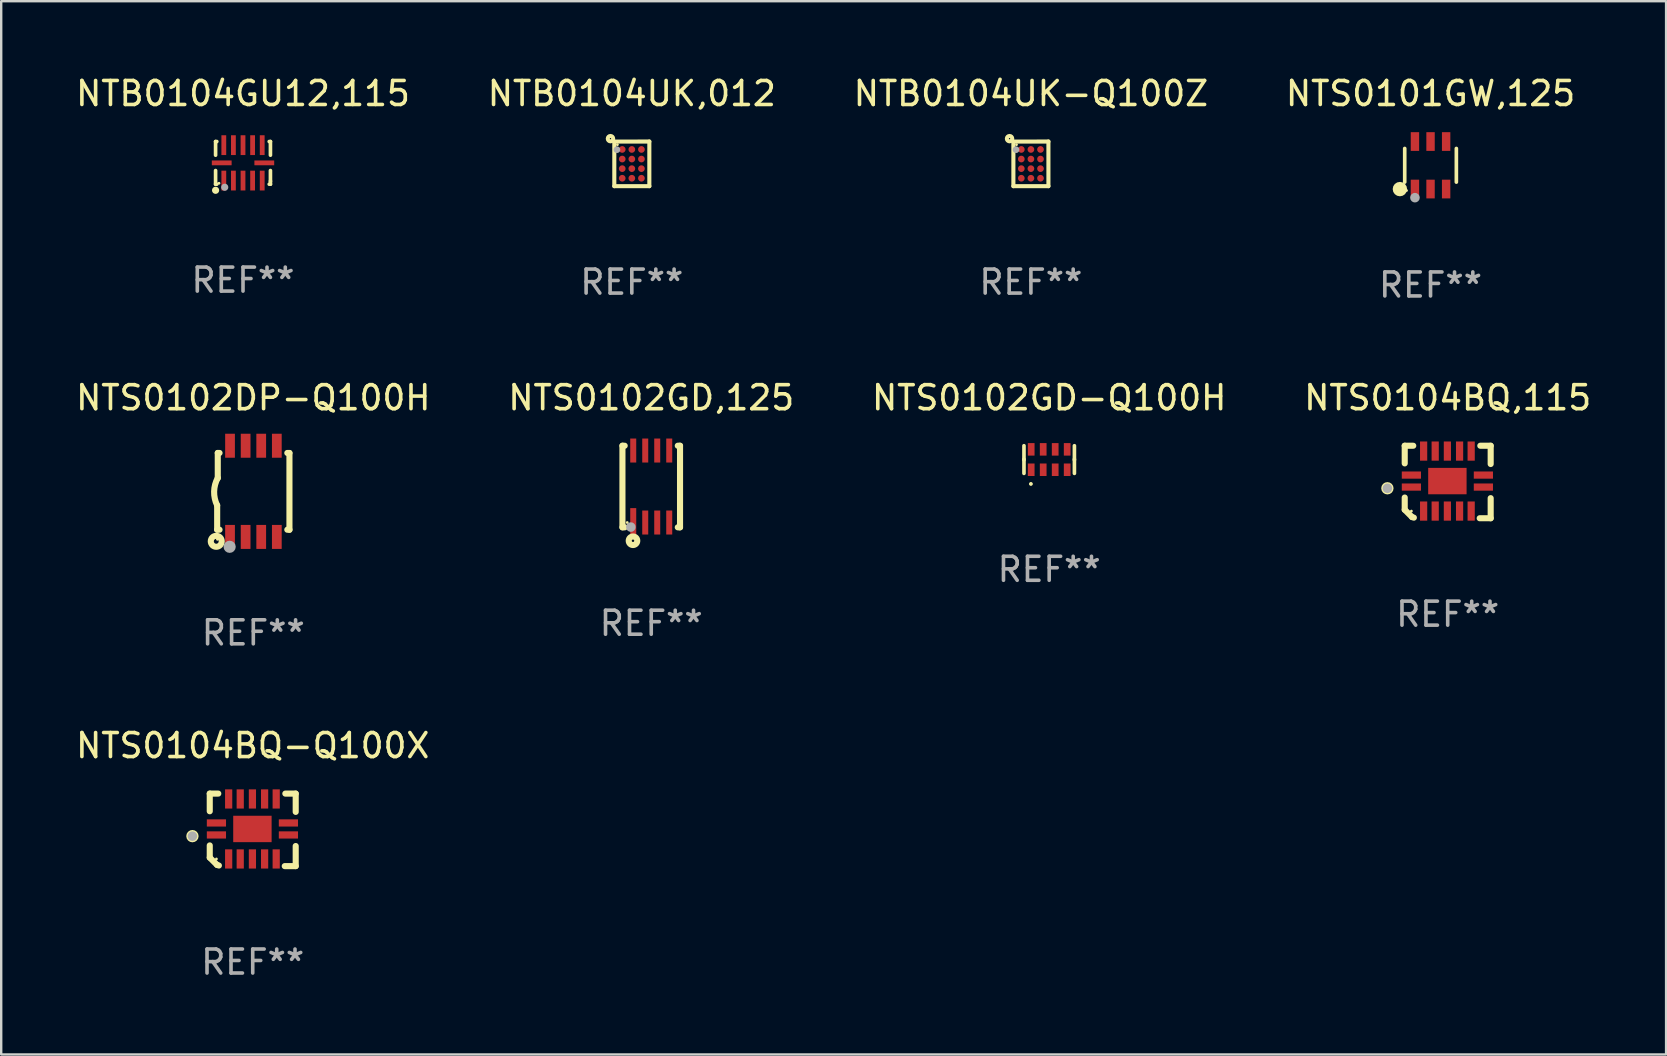
<source format=kicad_pcb>
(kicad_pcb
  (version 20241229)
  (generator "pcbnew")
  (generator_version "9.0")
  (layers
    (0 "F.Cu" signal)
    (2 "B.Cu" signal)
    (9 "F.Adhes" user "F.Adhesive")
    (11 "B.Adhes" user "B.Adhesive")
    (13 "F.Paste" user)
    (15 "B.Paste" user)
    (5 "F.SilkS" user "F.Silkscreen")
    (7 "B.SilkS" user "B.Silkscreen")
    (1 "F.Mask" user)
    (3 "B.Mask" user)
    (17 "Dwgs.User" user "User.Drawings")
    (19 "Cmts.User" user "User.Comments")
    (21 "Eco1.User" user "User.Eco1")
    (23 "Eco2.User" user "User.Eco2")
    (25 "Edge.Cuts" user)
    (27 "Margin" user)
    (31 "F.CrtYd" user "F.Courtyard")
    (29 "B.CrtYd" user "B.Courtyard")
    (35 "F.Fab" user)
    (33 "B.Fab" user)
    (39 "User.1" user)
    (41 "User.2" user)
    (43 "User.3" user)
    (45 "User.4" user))
  (footprint "NTS0101GW,125"
    (layer "F.Cu")
    (at 56.565 3.838)
    (property "Reference" "NTS0101GW,125" (at 0 -2.99 0) (layer "F.SilkS") (effects (font (size 1 1) (thickness 0.15))))
    (attr through_hole)
    (fp_line (start -1.076 0.701) (end -1.076 -0.701) (stroke (width 0.152) (type solid)) (layer "F.SilkS"))
    (fp_line (start 1.076 0.701) (end 1.076 -0.701) (stroke (width 0.152) (type solid)) (layer "F.SilkS"))
    (fp_circle (center -1.277 0.992) (end -1.127 0.992) (stroke (width 0.3) (type solid)) (fill no) (layer "F.SilkS"))
    (fp_circle (center -1 1.05) (end -0.97 1.05) (stroke (width 0.06) (type solid)) (fill no) (layer "F.SilkS"))
    (fp_circle (center -0.65 1.35) (end -0.55 1.35) (stroke (width 0.2) (type solid)) (fill no) (layer "F.Fab"))
    (fp_text user "REF**" (at 0 4.99 0) (layer "F.Fab") (effects (font (size 1 1) (thickness 0.15))))
    (pad "1" smd rect (at -0.65 0.99) (size 0.35 0.78) (layers "F.Cu" "F.Mask" "F.Paste"))
    (pad "2" smd rect (at 0 0.99) (size 0.35 0.78) (layers "F.Cu" "F.Mask" "F.Paste"))
    (pad "3" smd rect (at 0.65 0.99) (size 0.35 0.78) (layers "F.Cu" "F.Mask" "F.Paste"))
    (pad "4" smd rect (at 0.65 -0.99) (size 0.35 0.78) (layers "F.Cu" "F.Mask" "F.Paste"))
    (pad "5" smd rect (at 0 -0.99) (size 0.35 0.78) (layers "F.Cu" "F.Mask" "F.Paste"))
    (pad "6" smd rect (at -0.65 -0.99) (size 0.35 0.78) (layers "F.Cu" "F.Mask" "F.Paste")))
  (footprint "NTS0104BQ,115"
    (layer "F.Cu")
    (at 57.28 17.036)
    (property "Reference" "NTS0104BQ,115" (at 0 -3.511 0) (layer "F.SilkS") (effects (font (size 1 1) (thickness 0.15))))
    (attr through_hole)
    (fp_line (start -1.791 -1.511) (end -1.435 -1.511) (stroke (width 0.254) (type solid)) (layer "F.SilkS"))
    (fp_line (start -1.791 -0.775) (end -1.791 -1.511) (stroke (width 0.254) (type solid)) (layer "F.SilkS"))
    (fp_line (start -1.791 1.156) (end -1.791 0.648) (stroke (width 0.254) (type solid)) (layer "F.SilkS"))
    (fp_line (start -1.486 1.461) (end -1.791 1.156) (stroke (width 0.254) (type solid)) (layer "F.SilkS"))
    (fp_line (start -1.41 1.486) (end -1.486 1.461) (stroke (width 0.254) (type solid)) (layer "F.SilkS"))
    (fp_line (start 1.334 1.511) (end 1.791 1.511) (stroke (width 0.254) (type solid)) (layer "F.SilkS"))
    (fp_line (start 1.791 -1.511) (end 1.359 -1.511) (stroke (width 0.254) (type solid)) (layer "F.SilkS"))
    (fp_line (start 1.791 -0.749) (end 1.791 -1.511) (stroke (width 0.254) (type solid)) (layer "F.SilkS"))
    (fp_line (start 1.791 1.511) (end 1.791 0.673) (stroke (width 0.254) (type solid)) (layer "F.SilkS"))
    (fp_circle (center -2.513 0.262) (end -2.383 0.262) (stroke (width 0.254) (type solid)) (fill no) (layer "F.SilkS"))
    (fp_circle (center -1.513 1.212) (end -1.483 1.212) (stroke (width 0.06) (type solid)) (fill no) (layer "F.SilkS"))
    (fp_circle (center -2.513 0.262) (end -2.413 0.262) (stroke (width 0.2) (type solid)) (fill no) (layer "F.Fab"))
    (fp_text user "REF**" (at 0 5.511 0) (layer "F.Fab") (effects (font (size 1 1) (thickness 0.15))))
    (pad "1" smd rect (at -1.513 0.212) (size 0.8 0.3) (layers "F.Cu" "F.Mask" "F.Paste"))
    (pad "2" smd rect (at -1.003 1.212) (size 0.3 0.8) (layers "F.Cu" "F.Mask" "F.Paste"))
    (pad "3" smd rect (at -0.521 1.212) (size 0.3 0.8) (layers "F.Cu" "F.Mask" "F.Paste"))
    (pad "4" smd rect (at -0.013 1.212) (size 0.3 0.8) (layers "F.Cu" "F.Mask" "F.Paste"))
    (pad "5" smd rect (at 0.495 1.212) (size 0.3 0.8) (layers "F.Cu" "F.Mask" "F.Paste"))
    (pad "6" smd rect (at 0.978 1.212) (size 0.3 0.8) (layers "F.Cu" "F.Mask" "F.Paste"))
    (pad "7" smd rect (at 1.487 0.212) (size 0.8 0.3) (layers "F.Cu" "F.Mask" "F.Paste"))
    (pad "8" smd rect (at 1.487 -0.288) (size 0.8 0.3) (layers "F.Cu" "F.Mask" "F.Paste"))
    (pad "9" smd rect (at 0.978 -1.288) (size 0.3 0.8) (layers "F.Cu" "F.Mask" "F.Paste"))
    (pad "10" smd rect (at 0.495 -1.288) (size 0.3 0.8) (layers "F.Cu" "F.Mask" "F.Paste"))
    (pad "11" smd rect (at -0.013 -1.288) (size 0.3 0.8) (layers "F.Cu" "F.Mask" "F.Paste"))
    (pad "12" smd rect (at -0.521 -1.288) (size 0.3 0.8) (layers "F.Cu" "F.Mask" "F.Paste"))
    (pad "13" smd rect (at -1.003 -1.288) (size 0.3 0.8) (layers "F.Cu" "F.Mask" "F.Paste"))
    (pad "14" smd rect (at -1.513 -0.288) (size 0.8 0.3) (layers "F.Cu" "F.Mask" "F.Paste"))
    (pad "15" smd rect (at -0.013 -0.038 90) (size 1.1 1.6) (layers "F.Cu" "F.Mask" "F.Paste")))
  (footprint "NTB0104UK-Q100Z"
    (layer "F.Cu")
    (at 39.911 3.778)
    (property "Reference" "NTB0104UK-Q100Z" (at 0 -2.93 0) (layer "F.SilkS") (effects (font (size 1 1) (thickness 0.15))))
    (attr through_hole)
    (fp_line (start -0.73 -0.929) (end 0.73 -0.93) (stroke (width 0.17) (type solid)) (layer "F.SilkS"))
    (fp_line (start -0.73 0.93) (end -0.73 -0.929) (stroke (width 0.17) (type solid)) (layer "F.SilkS"))
    (fp_line (start 0.73 -0.93) (end 0.73 0.93) (stroke (width 0.17) (type solid)) (layer "F.SilkS"))
    (fp_line (start 0.73 0.93) (end -0.73 0.93) (stroke (width 0.17) (type solid)) (layer "F.SilkS"))
    (fp_circle (center -0.89 -1.05) (end -0.778 -1.05) (stroke (width 0.17) (type solid)) (fill no) (layer "F.SilkS"))
    (fp_circle (center -0.6 -0.8) (end -0.57 -0.8) (stroke (width 0.06) (type solid)) (fill no) (layer "F.SilkS"))
    (fp_circle (center -0.62 -0.59) (end -0.55 -0.59) (stroke (width 0.14) (type solid)) (fill no) (layer "F.Fab"))
    (fp_text user "REF**" (at 0 4.93 0) (layer "F.Fab") (effects (font (size 1 1) (thickness 0.15))))
    (pad "A1" smd circle (at -0.4 -0.6) (size 0.28 0.28) (layers "F.Cu" "F.Mask" "F.Paste"))
    (pad "A2" smd circle (at 0.000102 -0.6) (size 0.28 0.28) (layers "F.Cu" "F.Mask" "F.Paste"))
    (pad "A3" smd circle (at 0.4 -0.6) (size 0.28 0.28) (layers "F.Cu" "F.Mask" "F.Paste"))
    (pad "B1" smd circle (at -0.4 -0.2) (size 0.28 0.28) (layers "F.Cu" "F.Mask" "F.Paste"))
    (pad "B2" smd circle (at 0.000102 -0.2) (size 0.28 0.28) (layers "F.Cu" "F.Mask" "F.Paste"))
    (pad "B3" smd circle (at 0.4 -0.2) (size 0.28 0.28) (layers "F.Cu" "F.Mask" "F.Paste"))
    (pad "C1" smd circle (at -0.4 0.2) (size 0.28 0.28) (layers "F.Cu" "F.Mask" "F.Paste"))
    (pad "C2" smd circle (at 0.000102 0.2) (size 0.28 0.28) (layers "F.Cu" "F.Mask" "F.Paste"))
    (pad "C3" smd circle (at 0.4 0.2) (size 0.28 0.28) (layers "F.Cu" "F.Mask" "F.Paste"))
    (pad "D1" smd circle (at -0.4 0.6) (size 0.28 0.28) (layers "F.Cu" "F.Mask" "F.Paste"))
    (pad "D2" smd circle (at 0.000102 0.6) (size 0.28 0.28) (layers "F.Cu" "F.Mask" "F.Paste"))
    (pad "D3" smd circle (at 0.4 0.6) (size 0.28 0.28) (layers "F.Cu" "F.Mask" "F.Paste")))
  (footprint "NTS0102GD-Q100H"
    (layer "F.Cu")
    (at 40.673 16.101)
    (property "Reference" "NTS0102GD-Q100H" (at 0 -2.576 0) (layer "F.SilkS") (effects (font (size 1 1) (thickness 0.15))))
    (attr through_hole)
    (fp_line (start -1.051 -0.576) (end -1.051 0.013) (stroke (width 0.152) (type solid)) (layer "F.SilkS"))
    (fp_line (start -1.051 0.576) (end -1.051 -0.013) (stroke (width 0.152) (type solid)) (layer "F.SilkS"))
    (fp_line (start 1.051 -0.576) (end 1.051 0.013) (stroke (width 0.152) (type solid)) (layer "F.SilkS"))
    (fp_line (start 1.051 0.576) (end 1.051 -0.013) (stroke (width 0.152) (type solid)) (layer "F.SilkS"))
    (fp_circle (center -0.762 1.016) (end -0.736 1.016) (stroke (width 0.053) (type solid)) (fill no) (layer "F.SilkS"))
    (fp_circle (center -0.762 1.016) (end -0.732 1.016) (stroke (width 0.06) (type solid)) (fill no) (layer "F.SilkS"))
    (fp_text user "REF**" (at 0 4.576 0) (layer "F.Fab") (effects (font (size 1 1) (thickness 0.15))))
    (pad "1" smd rect (at -0.75 0.425) (size 0.28 0.521) (layers "F.Cu" "F.Mask" "F.Paste"))
    (pad "2" smd rect (at -0.25 0.425) (size 0.28 0.521) (layers "F.Cu" "F.Mask" "F.Paste"))
    (pad "3" smd rect (at 0.25 0.425) (size 0.28 0.521) (layers "F.Cu" "F.Mask" "F.Paste"))
    (pad "4" smd rect (at 0.75 0.425) (size 0.28 0.521) (layers "F.Cu" "F.Mask" "F.Paste"))
    (pad "5" smd rect (at 0.75 -0.425) (size 0.28 0.521) (layers "F.Cu" "F.Mask" "F.Paste"))
    (pad "6" smd rect (at 0.25 -0.425) (size 0.28 0.521) (layers "F.Cu" "F.Mask" "F.Paste"))
    (pad "7" smd rect (at -0.25 -0.425) (size 0.28 0.521) (layers "F.Cu" "F.Mask" "F.Paste"))
    (pad "8" smd rect (at -0.75 -0.425) (size 0.28 0.521) (layers "F.Cu" "F.Mask" "F.Paste")))
  (footprint "NTB0104UK,012"
    (layer "F.Cu")
    (at 23.28 3.778)
    (property "Reference" "NTB0104UK,012" (at 0 -2.93 0) (layer "F.SilkS") (effects (font (size 1 1) (thickness 0.15))))
    (attr through_hole)
    (fp_line (start -0.73 -0.929) (end 0.73 -0.93) (stroke (width 0.17) (type solid)) (layer "F.SilkS"))
    (fp_line (start -0.73 0.93) (end -0.73 -0.929) (stroke (width 0.17) (type solid)) (layer "F.SilkS"))
    (fp_line (start 0.73 -0.93) (end 0.73 0.93) (stroke (width 0.17) (type solid)) (layer "F.SilkS"))
    (fp_line (start 0.73 0.93) (end -0.73 0.93) (stroke (width 0.17) (type solid)) (layer "F.SilkS"))
    (fp_circle (center -0.89 -1.05) (end -0.778 -1.05) (stroke (width 0.17) (type solid)) (fill no) (layer "F.SilkS"))
    (fp_circle (center -0.6 -0.8) (end -0.57 -0.8) (stroke (width 0.06) (type solid)) (fill no) (layer "F.SilkS"))
    (fp_circle (center -0.62 -0.59) (end -0.55 -0.59) (stroke (width 0.14) (type solid)) (fill no) (layer "F.Fab"))
    (fp_text user "REF**" (at 0 4.93 0) (layer "F.Fab") (effects (font (size 1 1) (thickness 0.15))))
    (pad "A1" smd circle (at -0.4 -0.6) (size 0.28 0.28) (layers "F.Cu" "F.Mask" "F.Paste"))
    (pad "A2" smd circle (at 0.000102 -0.6) (size 0.28 0.28) (layers "F.Cu" "F.Mask" "F.Paste"))
    (pad "A3" smd circle (at 0.4 -0.6) (size 0.28 0.28) (layers "F.Cu" "F.Mask" "F.Paste"))
    (pad "B1" smd circle (at -0.4 -0.2) (size 0.28 0.28) (layers "F.Cu" "F.Mask" "F.Paste"))
    (pad "B2" smd circle (at 0.000102 -0.2) (size 0.28 0.28) (layers "F.Cu" "F.Mask" "F.Paste"))
    (pad "B3" smd circle (at 0.4 -0.2) (size 0.28 0.28) (layers "F.Cu" "F.Mask" "F.Paste"))
    (pad "C1" smd circle (at -0.4 0.2) (size 0.28 0.28) (layers "F.Cu" "F.Mask" "F.Paste"))
    (pad "C2" smd circle (at 0.000102 0.2) (size 0.28 0.28) (layers "F.Cu" "F.Mask" "F.Paste"))
    (pad "C3" smd circle (at 0.4 0.2) (size 0.28 0.28) (layers "F.Cu" "F.Mask" "F.Paste"))
    (pad "D1" smd circle (at -0.4 0.6) (size 0.28 0.28) (layers "F.Cu" "F.Mask" "F.Paste"))
    (pad "D2" smd circle (at 0.000102 0.6) (size 0.28 0.28) (layers "F.Cu" "F.Mask" "F.Paste"))
    (pad "D3" smd circle (at 0.4 0.6) (size 0.28 0.28) (layers "F.Cu" "F.Mask" "F.Paste")))
  (footprint "NTS0104BQ-Q100X"
    (layer "F.Cu")
    (at 7.482 31.533)
    (property "Reference" "NTS0104BQ-Q100X" (at 0 -3.511 0) (layer "F.SilkS") (effects (font (size 1 1) (thickness 0.15))))
    (attr through_hole)
    (fp_line (start -1.791 -1.511) (end -1.435 -1.511) (stroke (width 0.254) (type solid)) (layer "F.SilkS"))
    (fp_line (start -1.791 -0.775) (end -1.791 -1.511) (stroke (width 0.254) (type solid)) (layer "F.SilkS"))
    (fp_line (start -1.791 1.156) (end -1.791 0.648) (stroke (width 0.254) (type solid)) (layer "F.SilkS"))
    (fp_line (start -1.486 1.461) (end -1.791 1.156) (stroke (width 0.254) (type solid)) (layer "F.SilkS"))
    (fp_line (start -1.41 1.486) (end -1.486 1.461) (stroke (width 0.254) (type solid)) (layer "F.SilkS"))
    (fp_line (start 1.334 1.511) (end 1.791 1.511) (stroke (width 0.254) (type solid)) (layer "F.SilkS"))
    (fp_line (start 1.791 -1.511) (end 1.359 -1.511) (stroke (width 0.254) (type solid)) (layer "F.SilkS"))
    (fp_line (start 1.791 -0.749) (end 1.791 -1.511) (stroke (width 0.254) (type solid)) (layer "F.SilkS"))
    (fp_line (start 1.791 1.511) (end 1.791 0.673) (stroke (width 0.254) (type solid)) (layer "F.SilkS"))
    (fp_circle (center -2.513 0.262) (end -2.383 0.262) (stroke (width 0.254) (type solid)) (fill no) (layer "F.SilkS"))
    (fp_circle (center -1.513 1.212) (end -1.483 1.212) (stroke (width 0.06) (type solid)) (fill no) (layer "F.SilkS"))
    (fp_circle (center -2.513 0.262) (end -2.413 0.262) (stroke (width 0.2) (type solid)) (fill no) (layer "F.Fab"))
    (fp_text user "REF**" (at 0 5.511 0) (layer "F.Fab") (effects (font (size 1 1) (thickness 0.15))))
    (pad "1" smd rect (at -1.513 0.212) (size 0.8 0.3) (layers "F.Cu" "F.Mask" "F.Paste"))
    (pad "2" smd rect (at -1.003 1.212) (size 0.3 0.8) (layers "F.Cu" "F.Mask" "F.Paste"))
    (pad "3" smd rect (at -0.521 1.212) (size 0.3 0.8) (layers "F.Cu" "F.Mask" "F.Paste"))
    (pad "4" smd rect (at -0.013 1.212) (size 0.3 0.8) (layers "F.Cu" "F.Mask" "F.Paste"))
    (pad "5" smd rect (at 0.495 1.212) (size 0.3 0.8) (layers "F.Cu" "F.Mask" "F.Paste"))
    (pad "6" smd rect (at 0.978 1.212) (size 0.3 0.8) (layers "F.Cu" "F.Mask" "F.Paste"))
    (pad "7" smd rect (at 1.487 0.212) (size 0.8 0.3) (layers "F.Cu" "F.Mask" "F.Paste"))
    (pad "8" smd rect (at 1.487 -0.288) (size 0.8 0.3) (layers "F.Cu" "F.Mask" "F.Paste"))
    (pad "9" smd rect (at 0.978 -1.288) (size 0.3 0.8) (layers "F.Cu" "F.Mask" "F.Paste"))
    (pad "10" smd rect (at 0.495 -1.288) (size 0.3 0.8) (layers "F.Cu" "F.Mask" "F.Paste"))
    (pad "11" smd rect (at -0.013 -1.288) (size 0.3 0.8) (layers "F.Cu" "F.Mask" "F.Paste"))
    (pad "12" smd rect (at -0.521 -1.288) (size 0.3 0.8) (layers "F.Cu" "F.Mask" "F.Paste"))
    (pad "13" smd rect (at -1.003 -1.288) (size 0.3 0.8) (layers "F.Cu" "F.Mask" "F.Paste"))
    (pad "14" smd rect (at -1.513 -0.288) (size 0.8 0.3) (layers "F.Cu" "F.Mask" "F.Paste"))
    (pad "15" smd rect (at -0.013 -0.038 90) (size 1.1 1.6) (layers "F.Cu" "F.Mask" "F.Paste")))
  (footprint "NTB0104GU12,115"
    (layer "F.Cu")
    (at 7.077 3.737)
    (property "Reference" "NTB0104GU12,115" (at 0 -2.889 0) (layer "F.SilkS") (effects (font (size 1 1) (thickness 0.15))))
    (attr through_hole)
    (fp_line (start -1.143 -0.889) (end -1.143 -0.32) (stroke (width 0.152) (type solid)) (layer "F.SilkS"))
    (fp_line (start -1.143 0.32) (end -1.143 0.889) (stroke (width 0.152) (type solid)) (layer "F.SilkS"))
    (fp_line (start -1.143 0.889) (end -1.092 0.889) (stroke (width 0.152) (type solid)) (layer "F.SilkS"))
    (fp_line (start -1.092 -0.889) (end -1.143 -0.889) (stroke (width 0.152) (type solid)) (layer "F.SilkS"))
    (fp_line (start 1.092 0.889) (end 1.143 0.889) (stroke (width 0.152) (type solid)) (layer "F.SilkS"))
    (fp_line (start 1.143 -0.889) (end 1.092 -0.889) (stroke (width 0.152) (type solid)) (layer "F.SilkS"))
    (fp_line (start 1.143 -0.32) (end 1.143 -0.889) (stroke (width 0.152) (type solid)) (layer "F.SilkS"))
    (fp_line (start 1.143 0.762) (end 1.143 0.32) (stroke (width 0.152) (type solid)) (layer "F.SilkS"))
    (fp_line (start 1.143 0.889) (end 1.143 0.762) (stroke (width 0.152) (type solid)) (layer "F.SilkS"))
    (fp_circle (center -1.143 1.143) (end -1.068 1.143) (stroke (width 0.15) (type solid)) (fill no) (layer "F.SilkS"))
    (fp_circle (center -1 0.85) (end -0.97 0.85) (stroke (width 0.06) (type solid)) (fill no) (layer "F.SilkS"))
    (fp_circle (center -0.762 1.016) (end -0.687 1.016) (stroke (width 0.15) (type solid)) (fill no) (layer "F.Fab"))
    (fp_text user "REF**" (at 0 4.889 0) (layer "F.Fab") (effects (font (size 1 1) (thickness 0.15))))
    (pad "1" smd rect (at -0.8 0.738) (size 0.2 0.825) (layers "F.Cu" "F.Mask" "F.Paste"))
    (pad "2" smd rect (at -0.4 0.738) (size 0.2 0.825) (layers "F.Cu" "F.Mask" "F.Paste"))
    (pad "3" smd rect (at 0 0.738) (size 0.2 0.825) (layers "F.Cu" "F.Mask" "F.Paste"))
    (pad "4" smd rect (at 0.4 0.738) (size 0.2 0.825) (layers "F.Cu" "F.Mask" "F.Paste"))
    (pad "5" smd rect (at 0.8 0.738) (size 0.2 0.825) (layers "F.Cu" "F.Mask" "F.Paste"))
    (pad "6" smd rect (at 0.887 0) (size 0.825 0.2) (layers "F.Cu" "F.Mask" "F.Paste"))
    (pad "7" smd rect (at 0.8 -0.738) (size 0.2 0.825) (layers "F.Cu" "F.Mask" "F.Paste"))
    (pad "8" smd rect (at 0.4 -0.738) (size 0.2 0.825) (layers "F.Cu" "F.Mask" "F.Paste"))
    (pad "9" smd rect (at 0 -0.738) (size 0.2 0.825) (layers "F.Cu" "F.Mask" "F.Paste"))
    (pad "10" smd rect (at -0.4 -0.738) (size 0.2 0.825) (layers "F.Cu" "F.Mask" "F.Paste"))
    (pad "11" smd rect (at -0.8 -0.738) (size 0.2 0.825) (layers "F.Cu" "F.Mask" "F.Paste"))
    (pad "12" smd rect (at -0.887 0) (size 0.825 0.2) (layers "F.Cu" "F.Mask" "F.Paste")))
  (footprint "NTS0102DP-Q100H"
    (layer "F.Cu")
    (at 7.506 17.425)
    (property "Reference" "NTS0102DP-Q100H" (at 0 -3.9 0) (layer "F.SilkS") (effects (font (size 1 1) (thickness 0.15))))
    (attr through_hole)
    (fp_line (start -1.506 1.6) (end -1.506 0.584) (stroke (width 0.254) (type solid)) (layer "F.SilkS"))
    (fp_line (start -1.506 1.6) (end -1.407 1.6) (stroke (width 0.254) (type solid)) (layer "F.SilkS"))
    (fp_line (start -1.481 -1.599) (end -1.481 -0.549) (stroke (width 0.254) (type solid)) (layer "F.SilkS"))
    (fp_line (start -1.481 -1.599) (end -1.407 -1.599) (stroke (width 0.254) (type solid)) (layer "F.SilkS"))
    (fp_line (start 1.417 -1.599) (end 1.506 -1.599) (stroke (width 0.254) (type solid)) (layer "F.SilkS"))
    (fp_line (start 1.417 1.6) (end 1.506 1.6) (stroke (width 0.254) (type solid)) (layer "F.SilkS"))
    (fp_line (start 1.506 1.603) (end 1.506 -1.595) (stroke (width 0.254) (type solid)) (layer "F.SilkS"))
    (fp_arc (start -1.506223 0.584328) (mid -1.632455 0.00974) (end -1.480823 -0.558674) (stroke (width 0.254001) (type solid)) (layer "F.SilkS"))
    (fp_circle (center -1.544 2.083) (end -1.443 2.083) (stroke (width 0.254) (type solid)) (fill no) (layer "F.SilkS"))
    (fp_circle (center -1.495 2) (end -1.465 2) (stroke (width 0.06) (type solid)) (fill no) (layer "F.SilkS"))
    (fp_circle (center -0.986 2.312) (end -0.859 2.312) (stroke (width 0.254) (type solid)) (fill no) (layer "F.Fab"))
    (fp_text user "REF**" (at 0 5.9 0) (layer "F.Fab") (effects (font (size 1 1) (thickness 0.15))))
    (pad "1" smd rect (at -0.97 1.9 90) (size 1 0.406) (layers "F.Cu" "F.Mask" "F.Paste"))
    (pad "2" smd rect (at -0.32 1.9 90) (size 1 0.406) (layers "F.Cu" "F.Mask" "F.Paste"))
    (pad "3" smd rect (at 0.33 1.9 90) (size 1 0.406) (layers "F.Cu" "F.Mask" "F.Paste"))
    (pad "4" smd rect (at 0.98 1.9 90) (size 1 0.406) (layers "F.Cu" "F.Mask" "F.Paste"))
    (pad "5" smd rect (at 0.98 -1.9 90) (size 1 0.406) (layers "F.Cu" "F.Mask" "F.Paste"))
    (pad "6" smd rect (at 0.33 -1.9 90) (size 1 0.406) (layers "F.Cu" "F.Mask" "F.Paste"))
    (pad "7" smd rect (at -0.32 -1.9 90) (size 1 0.406) (layers "F.Cu" "F.Mask" "F.Paste"))
    (pad "8" smd rect (at -0.97 -1.9 90) (size 1 0.406) (layers "F.Cu" "F.Mask" "F.Paste")))
  (footprint "NTS0102GD,125"
    (layer "F.Cu")
    (at 24.089 17.225)
    (property "Reference" "NTS0102GD,125" (at 0 -3.7 0) (layer "F.SilkS") (effects (font (size 1 1) (thickness 0.15))))
    (attr through_hole)
    (fp_line (start -1.2 -1.7) (end -1.2 1.7) (stroke (width 0.254) (type solid)) (layer "F.SilkS"))
    (fp_line (start -1.2 -1.7) (end -1.106 -1.7) (stroke (width 0.254) (type solid)) (layer "F.SilkS"))
    (fp_line (start -1.2 1.7) (end -1.106 1.7) (stroke (width 0.254) (type solid)) (layer "F.SilkS"))
    (fp_line (start 1.106 -1.7) (end 1.2 -1.7) (stroke (width 0.254) (type solid)) (layer "F.SilkS"))
    (fp_line (start 1.106 1.7) (end 1.2 1.7) (stroke (width 0.254) (type solid)) (layer "F.SilkS"))
    (fp_line (start 1.2 -1.7) (end 1.2 1.7) (stroke (width 0.254) (type solid)) (layer "F.SilkS"))
    (fp_circle (center -1 1.5) (end -0.97 1.5) (stroke (width 0.06) (type solid)) (fill no) (layer "F.SilkS"))
    (fp_circle (center -0.76 2.26) (end -0.709 2.26) (stroke (width 0.254) (type solid)) (fill no) (layer "F.SilkS"))
    (fp_circle (center -0.85 1.69) (end -0.75 1.69) (stroke (width 0.2) (type solid)) (fill no) (layer "F.Fab"))
    (fp_text user "REF**" (at 0 5.7 0) (layer "F.Fab") (effects (font (size 1 1) (thickness 0.15))))
    (pad "1" smd rect (at -0.75 1.45) (size 0.25 1.1) (layers "F.Cu" "F.Mask" "F.Paste"))
    (pad "2" smd rect (at -0.25 1.5) (size 0.25 1) (layers "F.Cu" "F.Mask" "F.Paste"))
    (pad "3" smd rect (at 0.25 1.5) (size 0.25 1) (layers "F.Cu" "F.Mask" "F.Paste"))
    (pad "4" smd rect (at 0.75 1.5) (size 0.25 1) (layers "F.Cu" "F.Mask" "F.Paste"))
    (pad "5" smd rect (at 0.75 -1.5) (size 0.25 1) (layers "F.Cu" "F.Mask" "F.Paste"))
    (pad "6" smd rect (at 0.25 -1.5) (size 0.25 1) (layers "F.Cu" "F.Mask" "F.Paste"))
    (pad "7" smd rect (at -0.25 -1.5) (size 0.25 1) (layers "F.Cu" "F.Mask" "F.Paste"))
    (pad "8" smd rect (at -0.75 -1.5) (size 0.25 1) (layers "F.Cu" "F.Mask" "F.Paste")))
  (gr_rect
    (start -3 -3)
    (end 66.381 40.892)
    (stroke (width 0.1) (type default))
    (fill no)
    (layer "Edge.Cuts")))
</source>
